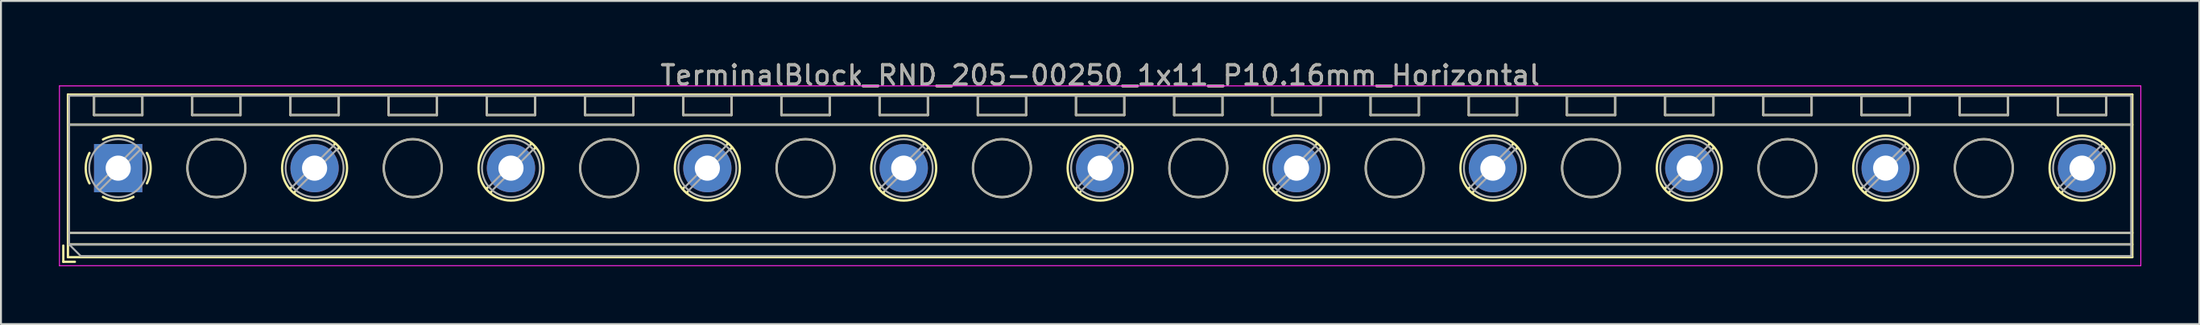
<source format=kicad_pcb>
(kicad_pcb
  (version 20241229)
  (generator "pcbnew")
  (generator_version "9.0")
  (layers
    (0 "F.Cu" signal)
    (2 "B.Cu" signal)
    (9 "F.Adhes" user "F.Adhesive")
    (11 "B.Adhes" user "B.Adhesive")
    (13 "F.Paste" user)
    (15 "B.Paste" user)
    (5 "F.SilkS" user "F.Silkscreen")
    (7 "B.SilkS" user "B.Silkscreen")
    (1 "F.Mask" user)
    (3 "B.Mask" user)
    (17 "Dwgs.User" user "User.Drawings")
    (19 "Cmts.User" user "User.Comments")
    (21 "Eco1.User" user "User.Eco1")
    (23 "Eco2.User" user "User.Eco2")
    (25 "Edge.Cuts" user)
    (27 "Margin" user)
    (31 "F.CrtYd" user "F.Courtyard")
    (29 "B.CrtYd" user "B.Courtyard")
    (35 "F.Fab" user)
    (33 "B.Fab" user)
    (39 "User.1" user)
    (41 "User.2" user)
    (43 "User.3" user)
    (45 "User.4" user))
  (footprint "TerminalBlock_RND_205-00250_1x11_P10.16mm_Horizontal"
    (layer "F.Cu")
    (at 3.065 5.658)
    (property "Reference" "TerminalBlock_RND_205-00250_1x11_P10.16mm_Horizontal" (at 50.8 -4.81 0) (layer "F.SilkS") (effects (font (size 1 1) (thickness 0.15))))
    (attr through_hole)
    (fp_line (start -2.84 4.01) (end -2.84 4.85) (stroke (width 0.12) (type solid)) (layer "F.SilkS"))
    (fp_line (start -2.84 4.85) (end -2.24 4.85) (stroke (width 0.12) (type solid)) (layer "F.SilkS"))
    (fp_line (start -2.6 -3.811) (end -2.6 4.61) (stroke (width 0.12) (type solid)) (layer "F.SilkS"))
    (fp_line (start -2.6 -3.811) (end 104.2 -3.811) (stroke (width 0.12) (type solid)) (layer "F.SilkS"))
    (fp_line (start -2.6 -2.251) (end 104.2 -2.251) (stroke (width 0.12) (type solid)) (layer "F.SilkS"))
    (fp_line (start -2.6 3.35) (end 104.2 3.35) (stroke (width 0.12) (type solid)) (layer "F.SilkS"))
    (fp_line (start -2.6 3.95) (end 104.2 3.95) (stroke (width 0.12) (type solid)) (layer "F.SilkS"))
    (fp_line (start -2.6 4.61) (end 104.2 4.61) (stroke (width 0.12) (type solid)) (layer "F.SilkS"))
    (fp_line (start -1.25 -3.751) (end -1.25 -2.751) (stroke (width 0.12) (type solid)) (layer "F.SilkS"))
    (fp_line (start -1.25 -3.751) (end 1.25 -3.751) (stroke (width 0.12) (type solid)) (layer "F.SilkS"))
    (fp_line (start -1.25 -2.751) (end 1.25 -2.751) (stroke (width 0.12) (type solid)) (layer "F.SilkS"))
    (fp_line (start 1.25 -3.751) (end 1.25 -2.751) (stroke (width 0.12) (type solid)) (layer "F.SilkS"))
    (fp_line (start 3.83 -3.751) (end 3.83 -2.751) (stroke (width 0.12) (type solid)) (layer "F.SilkS"))
    (fp_line (start 3.83 -3.751) (end 6.33 -3.751) (stroke (width 0.12) (type solid)) (layer "F.SilkS"))
    (fp_line (start 3.83 -2.751) (end 6.33 -2.751) (stroke (width 0.12) (type solid)) (layer "F.SilkS"))
    (fp_line (start 6.33 -3.751) (end 6.33 -2.751) (stroke (width 0.12) (type solid)) (layer "F.SilkS"))
    (fp_line (start 8.91 -3.751) (end 8.91 -2.751) (stroke (width 0.12) (type solid)) (layer "F.SilkS"))
    (fp_line (start 8.91 -3.751) (end 11.41 -3.751) (stroke (width 0.12) (type solid)) (layer "F.SilkS"))
    (fp_line (start 8.91 -2.751) (end 11.41 -2.751) (stroke (width 0.12) (type solid)) (layer "F.SilkS"))
    (fp_line (start 8.98 0.976) (end 8.886 1.069) (stroke (width 0.12) (type solid)) (layer "F.SilkS"))
    (fp_line (start 9.15 1.216) (end 9.091 1.274) (stroke (width 0.12) (type solid)) (layer "F.SilkS"))
    (fp_line (start 11.23 -1.275) (end 11.171 -1.216) (stroke (width 0.12) (type solid)) (layer "F.SilkS"))
    (fp_line (start 11.41 -3.751) (end 11.41 -2.751) (stroke (width 0.12) (type solid)) (layer "F.SilkS"))
    (fp_line (start 11.435 -1.069) (end 11.341 -0.976) (stroke (width 0.12) (type solid)) (layer "F.SilkS"))
    (fp_line (start 13.99 -3.751) (end 13.99 -2.751) (stroke (width 0.12) (type solid)) (layer "F.SilkS"))
    (fp_line (start 13.99 -3.751) (end 16.49 -3.751) (stroke (width 0.12) (type solid)) (layer "F.SilkS"))
    (fp_line (start 13.99 -2.751) (end 16.49 -2.751) (stroke (width 0.12) (type solid)) (layer "F.SilkS"))
    (fp_line (start 16.49 -3.751) (end 16.49 -2.751) (stroke (width 0.12) (type solid)) (layer "F.SilkS"))
    (fp_line (start 19.07 -3.751) (end 19.07 -2.751) (stroke (width 0.12) (type solid)) (layer "F.SilkS"))
    (fp_line (start 19.07 -3.751) (end 21.57 -3.751) (stroke (width 0.12) (type solid)) (layer "F.SilkS"))
    (fp_line (start 19.07 -2.751) (end 21.57 -2.751) (stroke (width 0.12) (type solid)) (layer "F.SilkS"))
    (fp_line (start 19.14 0.976) (end 19.046 1.069) (stroke (width 0.12) (type solid)) (layer "F.SilkS"))
    (fp_line (start 19.31 1.216) (end 19.251 1.274) (stroke (width 0.12) (type solid)) (layer "F.SilkS"))
    (fp_line (start 21.39 -1.275) (end 21.331 -1.216) (stroke (width 0.12) (type solid)) (layer "F.SilkS"))
    (fp_line (start 21.57 -3.751) (end 21.57 -2.751) (stroke (width 0.12) (type solid)) (layer "F.SilkS"))
    (fp_line (start 21.595 -1.069) (end 21.501 -0.976) (stroke (width 0.12) (type solid)) (layer "F.SilkS"))
    (fp_line (start 24.15 -3.751) (end 24.15 -2.751) (stroke (width 0.12) (type solid)) (layer "F.SilkS"))
    (fp_line (start 24.15 -3.751) (end 26.65 -3.751) (stroke (width 0.12) (type solid)) (layer "F.SilkS"))
    (fp_line (start 24.15 -2.751) (end 26.65 -2.751) (stroke (width 0.12) (type solid)) (layer "F.SilkS"))
    (fp_line (start 26.65 -3.751) (end 26.65 -2.751) (stroke (width 0.12) (type solid)) (layer "F.SilkS"))
    (fp_line (start 29.23 -3.751) (end 29.23 -2.751) (stroke (width 0.12) (type solid)) (layer "F.SilkS"))
    (fp_line (start 29.23 -3.751) (end 31.73 -3.751) (stroke (width 0.12) (type solid)) (layer "F.SilkS"))
    (fp_line (start 29.23 -2.751) (end 31.73 -2.751) (stroke (width 0.12) (type solid)) (layer "F.SilkS"))
    (fp_line (start 29.3 0.976) (end 29.206 1.069) (stroke (width 0.12) (type solid)) (layer "F.SilkS"))
    (fp_line (start 29.47 1.216) (end 29.411 1.274) (stroke (width 0.12) (type solid)) (layer "F.SilkS"))
    (fp_line (start 31.55 -1.275) (end 31.491 -1.216) (stroke (width 0.12) (type solid)) (layer "F.SilkS"))
    (fp_line (start 31.73 -3.751) (end 31.73 -2.751) (stroke (width 0.12) (type solid)) (layer "F.SilkS"))
    (fp_line (start 31.755 -1.069) (end 31.661 -0.976) (stroke (width 0.12) (type solid)) (layer "F.SilkS"))
    (fp_line (start 34.31 -3.751) (end 34.31 -2.751) (stroke (width 0.12) (type solid)) (layer "F.SilkS"))
    (fp_line (start 34.31 -3.751) (end 36.81 -3.751) (stroke (width 0.12) (type solid)) (layer "F.SilkS"))
    (fp_line (start 34.31 -2.751) (end 36.81 -2.751) (stroke (width 0.12) (type solid)) (layer "F.SilkS"))
    (fp_line (start 36.81 -3.751) (end 36.81 -2.751) (stroke (width 0.12) (type solid)) (layer "F.SilkS"))
    (fp_line (start 39.39 -3.751) (end 39.39 -2.751) (stroke (width 0.12) (type solid)) (layer "F.SilkS"))
    (fp_line (start 39.39 -3.751) (end 41.89 -3.751) (stroke (width 0.12) (type solid)) (layer "F.SilkS"))
    (fp_line (start 39.39 -2.751) (end 41.89 -2.751) (stroke (width 0.12) (type solid)) (layer "F.SilkS"))
    (fp_line (start 39.46 0.976) (end 39.366 1.069) (stroke (width 0.12) (type solid)) (layer "F.SilkS"))
    (fp_line (start 39.63 1.216) (end 39.571 1.274) (stroke (width 0.12) (type solid)) (layer "F.SilkS"))
    (fp_line (start 41.71 -1.275) (end 41.651 -1.216) (stroke (width 0.12) (type solid)) (layer "F.SilkS"))
    (fp_line (start 41.89 -3.751) (end 41.89 -2.751) (stroke (width 0.12) (type solid)) (layer "F.SilkS"))
    (fp_line (start 41.915 -1.069) (end 41.821 -0.976) (stroke (width 0.12) (type solid)) (layer "F.SilkS"))
    (fp_line (start 44.47 -3.751) (end 44.47 -2.751) (stroke (width 0.12) (type solid)) (layer "F.SilkS"))
    (fp_line (start 44.47 -3.751) (end 46.97 -3.751) (stroke (width 0.12) (type solid)) (layer "F.SilkS"))
    (fp_line (start 44.47 -2.751) (end 46.97 -2.751) (stroke (width 0.12) (type solid)) (layer "F.SilkS"))
    (fp_line (start 46.97 -3.751) (end 46.97 -2.751) (stroke (width 0.12) (type solid)) (layer "F.SilkS"))
    (fp_line (start 49.55 -3.751) (end 49.55 -2.751) (stroke (width 0.12) (type solid)) (layer "F.SilkS"))
    (fp_line (start 49.55 -3.751) (end 52.05 -3.751) (stroke (width 0.12) (type solid)) (layer "F.SilkS"))
    (fp_line (start 49.55 -2.751) (end 52.05 -2.751) (stroke (width 0.12) (type solid)) (layer "F.SilkS"))
    (fp_line (start 49.62 0.976) (end 49.526 1.069) (stroke (width 0.12) (type solid)) (layer "F.SilkS"))
    (fp_line (start 49.79 1.216) (end 49.731 1.274) (stroke (width 0.12) (type solid)) (layer "F.SilkS"))
    (fp_line (start 51.87 -1.275) (end 51.811 -1.216) (stroke (width 0.12) (type solid)) (layer "F.SilkS"))
    (fp_line (start 52.05 -3.751) (end 52.05 -2.751) (stroke (width 0.12) (type solid)) (layer "F.SilkS"))
    (fp_line (start 52.075 -1.069) (end 51.981 -0.976) (stroke (width 0.12) (type solid)) (layer "F.SilkS"))
    (fp_line (start 54.63 -3.751) (end 54.63 -2.751) (stroke (width 0.12) (type solid)) (layer "F.SilkS"))
    (fp_line (start 54.63 -3.751) (end 57.13 -3.751) (stroke (width 0.12) (type solid)) (layer "F.SilkS"))
    (fp_line (start 54.63 -2.751) (end 57.13 -2.751) (stroke (width 0.12) (type solid)) (layer "F.SilkS"))
    (fp_line (start 57.13 -3.751) (end 57.13 -2.751) (stroke (width 0.12) (type solid)) (layer "F.SilkS"))
    (fp_line (start 59.71 -3.751) (end 59.71 -2.751) (stroke (width 0.12) (type solid)) (layer "F.SilkS"))
    (fp_line (start 59.71 -3.751) (end 62.21 -3.751) (stroke (width 0.12) (type solid)) (layer "F.SilkS"))
    (fp_line (start 59.71 -2.751) (end 62.21 -2.751) (stroke (width 0.12) (type solid)) (layer "F.SilkS"))
    (fp_line (start 59.78 0.976) (end 59.686 1.069) (stroke (width 0.12) (type solid)) (layer "F.SilkS"))
    (fp_line (start 59.95 1.216) (end 59.891 1.274) (stroke (width 0.12) (type solid)) (layer "F.SilkS"))
    (fp_line (start 62.03 -1.275) (end 61.971 -1.216) (stroke (width 0.12) (type solid)) (layer "F.SilkS"))
    (fp_line (start 62.21 -3.751) (end 62.21 -2.751) (stroke (width 0.12) (type solid)) (layer "F.SilkS"))
    (fp_line (start 62.235 -1.069) (end 62.141 -0.976) (stroke (width 0.12) (type solid)) (layer "F.SilkS"))
    (fp_line (start 64.791 -3.751) (end 64.791 -2.751) (stroke (width 0.12) (type solid)) (layer "F.SilkS"))
    (fp_line (start 64.791 -3.751) (end 67.29 -3.751) (stroke (width 0.12) (type solid)) (layer "F.SilkS"))
    (fp_line (start 64.791 -2.751) (end 67.29 -2.751) (stroke (width 0.12) (type solid)) (layer "F.SilkS"))
    (fp_line (start 67.29 -3.751) (end 67.29 -2.751) (stroke (width 0.12) (type solid)) (layer "F.SilkS"))
    (fp_line (start 69.87 -3.751) (end 69.87 -2.751) (stroke (width 0.12) (type solid)) (layer "F.SilkS"))
    (fp_line (start 69.87 -3.751) (end 72.37 -3.751) (stroke (width 0.12) (type solid)) (layer "F.SilkS"))
    (fp_line (start 69.87 -2.751) (end 72.37 -2.751) (stroke (width 0.12) (type solid)) (layer "F.SilkS"))
    (fp_line (start 69.94 0.976) (end 69.846 1.069) (stroke (width 0.12) (type solid)) (layer "F.SilkS"))
    (fp_line (start 70.11 1.216) (end 70.051 1.274) (stroke (width 0.12) (type solid)) (layer "F.SilkS"))
    (fp_line (start 72.19 -1.275) (end 72.131 -1.216) (stroke (width 0.12) (type solid)) (layer "F.SilkS"))
    (fp_line (start 72.37 -3.751) (end 72.37 -2.751) (stroke (width 0.12) (type solid)) (layer "F.SilkS"))
    (fp_line (start 72.395 -1.069) (end 72.301 -0.976) (stroke (width 0.12) (type solid)) (layer "F.SilkS"))
    (fp_line (start 74.95 -3.751) (end 74.95 -2.751) (stroke (width 0.12) (type solid)) (layer "F.SilkS"))
    (fp_line (start 74.95 -3.751) (end 77.45 -3.751) (stroke (width 0.12) (type solid)) (layer "F.SilkS"))
    (fp_line (start 74.95 -2.751) (end 77.45 -2.751) (stroke (width 0.12) (type solid)) (layer "F.SilkS"))
    (fp_line (start 77.45 -3.751) (end 77.45 -2.751) (stroke (width 0.12) (type solid)) (layer "F.SilkS"))
    (fp_line (start 80.03 -3.751) (end 80.03 -2.751) (stroke (width 0.12) (type solid)) (layer "F.SilkS"))
    (fp_line (start 80.03 -3.751) (end 82.53 -3.751) (stroke (width 0.12) (type solid)) (layer "F.SilkS"))
    (fp_line (start 80.03 -2.751) (end 82.53 -2.751) (stroke (width 0.12) (type solid)) (layer "F.SilkS"))
    (fp_line (start 80.1 0.976) (end 80.006 1.069) (stroke (width 0.12) (type solid)) (layer "F.SilkS"))
    (fp_line (start 80.27 1.216) (end 80.211 1.274) (stroke (width 0.12) (type solid)) (layer "F.SilkS"))
    (fp_line (start 82.35 -1.275) (end 82.291 -1.216) (stroke (width 0.12) (type solid)) (layer "F.SilkS"))
    (fp_line (start 82.53 -3.751) (end 82.53 -2.751) (stroke (width 0.12) (type solid)) (layer "F.SilkS"))
    (fp_line (start 82.555 -1.069) (end 82.461 -0.976) (stroke (width 0.12) (type solid)) (layer "F.SilkS"))
    (fp_line (start 85.11 -3.751) (end 85.11 -2.751) (stroke (width 0.12) (type solid)) (layer "F.SilkS"))
    (fp_line (start 85.11 -3.751) (end 87.61 -3.751) (stroke (width 0.12) (type solid)) (layer "F.SilkS"))
    (fp_line (start 85.11 -2.751) (end 87.61 -2.751) (stroke (width 0.12) (type solid)) (layer "F.SilkS"))
    (fp_line (start 87.61 -3.751) (end 87.61 -2.751) (stroke (width 0.12) (type solid)) (layer "F.SilkS"))
    (fp_line (start 90.19 -3.751) (end 90.19 -2.751) (stroke (width 0.12) (type solid)) (layer "F.SilkS"))
    (fp_line (start 90.19 -3.751) (end 92.69 -3.751) (stroke (width 0.12) (type solid)) (layer "F.SilkS"))
    (fp_line (start 90.19 -2.751) (end 92.69 -2.751) (stroke (width 0.12) (type solid)) (layer "F.SilkS"))
    (fp_line (start 90.26 0.976) (end 90.166 1.069) (stroke (width 0.12) (type solid)) (layer "F.SilkS"))
    (fp_line (start 90.43 1.216) (end 90.371 1.274) (stroke (width 0.12) (type solid)) (layer "F.SilkS"))
    (fp_line (start 92.51 -1.275) (end 92.451 -1.216) (stroke (width 0.12) (type solid)) (layer "F.SilkS"))
    (fp_line (start 92.69 -3.751) (end 92.69 -2.751) (stroke (width 0.12) (type solid)) (layer "F.SilkS"))
    (fp_line (start 92.715 -1.069) (end 92.621 -0.976) (stroke (width 0.12) (type solid)) (layer "F.SilkS"))
    (fp_line (start 95.27 -3.751) (end 95.27 -2.751) (stroke (width 0.12) (type solid)) (layer "F.SilkS"))
    (fp_line (start 95.27 -3.751) (end 97.77 -3.751) (stroke (width 0.12) (type solid)) (layer "F.SilkS"))
    (fp_line (start 95.27 -2.751) (end 97.77 -2.751) (stroke (width 0.12) (type solid)) (layer "F.SilkS"))
    (fp_line (start 97.77 -3.751) (end 97.77 -2.751) (stroke (width 0.12) (type solid)) (layer "F.SilkS"))
    (fp_line (start 100.35 -3.751) (end 100.35 -2.751) (stroke (width 0.12) (type solid)) (layer "F.SilkS"))
    (fp_line (start 100.35 -3.751) (end 102.85 -3.751) (stroke (width 0.12) (type solid)) (layer "F.SilkS"))
    (fp_line (start 100.35 -2.751) (end 102.85 -2.751) (stroke (width 0.12) (type solid)) (layer "F.SilkS"))
    (fp_line (start 100.42 0.976) (end 100.326 1.069) (stroke (width 0.12) (type solid)) (layer "F.SilkS"))
    (fp_line (start 100.59 1.216) (end 100.531 1.274) (stroke (width 0.12) (type solid)) (layer "F.SilkS"))
    (fp_line (start 102.67 -1.275) (end 102.611 -1.216) (stroke (width 0.12) (type solid)) (layer "F.SilkS"))
    (fp_line (start 102.85 -3.751) (end 102.85 -2.751) (stroke (width 0.12) (type solid)) (layer "F.SilkS"))
    (fp_line (start 102.875 -1.069) (end 102.781 -0.976) (stroke (width 0.12) (type solid)) (layer "F.SilkS"))
    (fp_line (start 104.2 -3.811) (end 104.2 4.61) (stroke (width 0.12) (type solid)) (layer "F.SilkS"))
    (fp_arc (start -1.483953 0.789089) (mid -1.680708 0.00005) (end -1.484 -0.789) (stroke (width 0.12) (type solid)) (layer "F.SilkS"))
    (fp_arc (start -0.789089 -1.483953) (mid -0.00005 -1.680708) (end 0.789 -1.484) (stroke (width 0.12) (type solid)) (layer "F.SilkS"))
    (fp_arc (start 0.029383 1.68045) (mid -0.392304 1.634281) (end -0.789 1.484) (stroke (width 0.12) (type solid)) (layer "F.SilkS"))
    (fp_arc (start 0.788712 1.483352) (mid 0.406429 1.630097) (end 0 1.68) (stroke (width 0.12) (type solid)) (layer "F.SilkS"))
    (fp_arc (start 1.483953 -0.789089) (mid 1.680708 -0.00005) (end 1.484 0.789) (stroke (width 0.12) (type solid)) (layer "F.SilkS"))
    (fp_circle (center 5.08 0) (end 6.58 0) (stroke (width 0.12) (type solid)) (fill no) (layer "F.SilkS"))
    (fp_circle (center 10.16 0) (end 11.84 0) (stroke (width 0.12) (type solid)) (fill no) (layer "F.SilkS"))
    (fp_circle (center 15.24 0) (end 16.74 0) (stroke (width 0.12) (type solid)) (fill no) (layer "F.SilkS"))
    (fp_circle (center 20.32 0) (end 22 0) (stroke (width 0.12) (type solid)) (fill no) (layer "F.SilkS"))
    (fp_circle (center 25.4 0) (end 26.9 0) (stroke (width 0.12) (type solid)) (fill no) (layer "F.SilkS"))
    (fp_circle (center 30.48 0) (end 32.16 0) (stroke (width 0.12) (type solid)) (fill no) (layer "F.SilkS"))
    (fp_circle (center 35.56 0) (end 37.06 0) (stroke (width 0.12) (type solid)) (fill no) (layer "F.SilkS"))
    (fp_circle (center 40.64 0) (end 42.32 0) (stroke (width 0.12) (type solid)) (fill no) (layer "F.SilkS"))
    (fp_circle (center 45.72 0) (end 47.22 0) (stroke (width 0.12) (type solid)) (fill no) (layer "F.SilkS"))
    (fp_circle (center 50.8 0) (end 52.48 0) (stroke (width 0.12) (type solid)) (fill no) (layer "F.SilkS"))
    (fp_circle (center 55.88 0) (end 57.38 0) (stroke (width 0.12) (type solid)) (fill no) (layer "F.SilkS"))
    (fp_circle (center 60.96 0) (end 62.64 0) (stroke (width 0.12) (type solid)) (fill no) (layer "F.SilkS"))
    (fp_circle (center 66.04 0) (end 67.54 0) (stroke (width 0.12) (type solid)) (fill no) (layer "F.SilkS"))
    (fp_circle (center 71.12 0) (end 72.8 0) (stroke (width 0.12) (type solid)) (fill no) (layer "F.SilkS"))
    (fp_circle (center 76.2 0) (end 77.7 0) (stroke (width 0.12) (type solid)) (fill no) (layer "F.SilkS"))
    (fp_circle (center 81.28 0) (end 82.96 0) (stroke (width 0.12) (type solid)) (fill no) (layer "F.SilkS"))
    (fp_circle (center 86.36 0) (end 87.86 0) (stroke (width 0.12) (type solid)) (fill no) (layer "F.SilkS"))
    (fp_circle (center 91.44 0) (end 93.12 0) (stroke (width 0.12) (type solid)) (fill no) (layer "F.SilkS"))
    (fp_circle (center 96.52 0) (end 98.02 0) (stroke (width 0.12) (type solid)) (fill no) (layer "F.SilkS"))
    (fp_circle (center 101.6 0) (end 103.28 0) (stroke (width 0.12) (type solid)) (fill no) (layer "F.SilkS"))
    (fp_line (start -3.04 -4.26) (end -3.04 5.05) (stroke (width 0.05) (type solid)) (layer "F.CrtYd"))
    (fp_line (start -3.04 5.05) (end 104.64 5.05) (stroke (width 0.05) (type solid)) (layer "F.CrtYd"))
    (fp_line (start 104.64 -4.26) (end -3.04 -4.26) (stroke (width 0.05) (type solid)) (layer "F.CrtYd"))
    (fp_line (start 104.64 5.05) (end 104.64 -4.26) (stroke (width 0.05) (type solid)) (layer "F.CrtYd"))
    (fp_line (start -2.54 -3.75) (end 104.14 -3.75) (stroke (width 0.1) (type solid)) (layer "F.Fab"))
    (fp_line (start -2.54 -2.25) (end 104.14 -2.25) (stroke (width 0.1) (type solid)) (layer "F.Fab"))
    (fp_line (start -2.54 3.35) (end 104.14 3.35) (stroke (width 0.1) (type solid)) (layer "F.Fab"))
    (fp_line (start -2.54 3.95) (end -2.54 -3.75) (stroke (width 0.1) (type solid)) (layer "F.Fab"))
    (fp_line (start -2.54 3.95) (end 104.14 3.95) (stroke (width 0.1) (type solid)) (layer "F.Fab"))
    (fp_line (start -1.94 4.55) (end -2.54 3.95) (stroke (width 0.1) (type solid)) (layer "F.Fab"))
    (fp_line (start -1.25 -3.75) (end -1.25 -2.75) (stroke (width 0.1) (type solid)) (layer "F.Fab"))
    (fp_line (start -1.25 -2.75) (end 1.25 -2.75) (stroke (width 0.1) (type solid)) (layer "F.Fab"))
    (fp_line (start 0.955 -1.138) (end -1.138 0.955) (stroke (width 0.1) (type solid)) (layer "F.Fab"))
    (fp_line (start 1.138 -0.955) (end -0.955 1.138) (stroke (width 0.1) (type solid)) (layer "F.Fab"))
    (fp_line (start 1.25 -3.75) (end -1.25 -3.75) (stroke (width 0.1) (type solid)) (layer "F.Fab"))
    (fp_line (start 1.25 -2.75) (end 1.25 -3.75) (stroke (width 0.1) (type solid)) (layer "F.Fab"))
    (fp_line (start 3.83 -3.75) (end 3.83 -2.75) (stroke (width 0.1) (type solid)) (layer "F.Fab"))
    (fp_line (start 3.83 -2.75) (end 6.33 -2.75) (stroke (width 0.1) (type solid)) (layer "F.Fab"))
    (fp_line (start 6.33 -3.75) (end 3.83 -3.75) (stroke (width 0.1) (type solid)) (layer "F.Fab"))
    (fp_line (start 6.33 -2.75) (end 6.33 -3.75) (stroke (width 0.1) (type solid)) (layer "F.Fab"))
    (fp_line (start 8.91 -3.75) (end 8.91 -2.75) (stroke (width 0.1) (type solid)) (layer "F.Fab"))
    (fp_line (start 8.91 -2.75) (end 11.41 -2.75) (stroke (width 0.1) (type solid)) (layer "F.Fab"))
    (fp_line (start 11.115 -1.138) (end 9.023 0.955) (stroke (width 0.1) (type solid)) (layer "F.Fab"))
    (fp_line (start 11.298 -0.955) (end 9.206 1.138) (stroke (width 0.1) (type solid)) (layer "F.Fab"))
    (fp_line (start 11.41 -3.75) (end 8.91 -3.75) (stroke (width 0.1) (type solid)) (layer "F.Fab"))
    (fp_line (start 11.41 -2.75) (end 11.41 -3.75) (stroke (width 0.1) (type solid)) (layer "F.Fab"))
    (fp_line (start 13.99 -3.75) (end 13.99 -2.75) (stroke (width 0.1) (type solid)) (layer "F.Fab"))
    (fp_line (start 13.99 -2.75) (end 16.49 -2.75) (stroke (width 0.1) (type solid)) (layer "F.Fab"))
    (fp_line (start 16.49 -3.75) (end 13.99 -3.75) (stroke (width 0.1) (type solid)) (layer "F.Fab"))
    (fp_line (start 16.49 -2.75) (end 16.49 -3.75) (stroke (width 0.1) (type solid)) (layer "F.Fab"))
    (fp_line (start 19.07 -3.75) (end 19.07 -2.75) (stroke (width 0.1) (type solid)) (layer "F.Fab"))
    (fp_line (start 19.07 -2.75) (end 21.57 -2.75) (stroke (width 0.1) (type solid)) (layer "F.Fab"))
    (fp_line (start 21.275 -1.138) (end 19.183 0.955) (stroke (width 0.1) (type solid)) (layer "F.Fab"))
    (fp_line (start 21.458 -0.955) (end 19.366 1.138) (stroke (width 0.1) (type solid)) (layer "F.Fab"))
    (fp_line (start 21.57 -3.75) (end 19.07 -3.75) (stroke (width 0.1) (type solid)) (layer "F.Fab"))
    (fp_line (start 21.57 -2.75) (end 21.57 -3.75) (stroke (width 0.1) (type solid)) (layer "F.Fab"))
    (fp_line (start 24.15 -3.75) (end 24.15 -2.75) (stroke (width 0.1) (type solid)) (layer "F.Fab"))
    (fp_line (start 24.15 -2.75) (end 26.65 -2.75) (stroke (width 0.1) (type solid)) (layer "F.Fab"))
    (fp_line (start 26.65 -3.75) (end 24.15 -3.75) (stroke (width 0.1) (type solid)) (layer "F.Fab"))
    (fp_line (start 26.65 -2.75) (end 26.65 -3.75) (stroke (width 0.1) (type solid)) (layer "F.Fab"))
    (fp_line (start 29.23 -3.75) (end 29.23 -2.75) (stroke (width 0.1) (type solid)) (layer "F.Fab"))
    (fp_line (start 29.23 -2.75) (end 31.73 -2.75) (stroke (width 0.1) (type solid)) (layer "F.Fab"))
    (fp_line (start 31.435 -1.138) (end 29.343 0.955) (stroke (width 0.1) (type solid)) (layer "F.Fab"))
    (fp_line (start 31.618 -0.955) (end 29.526 1.138) (stroke (width 0.1) (type solid)) (layer "F.Fab"))
    (fp_line (start 31.73 -3.75) (end 29.23 -3.75) (stroke (width 0.1) (type solid)) (layer "F.Fab"))
    (fp_line (start 31.73 -2.75) (end 31.73 -3.75) (stroke (width 0.1) (type solid)) (layer "F.Fab"))
    (fp_line (start 34.31 -3.75) (end 34.31 -2.75) (stroke (width 0.1) (type solid)) (layer "F.Fab"))
    (fp_line (start 34.31 -2.75) (end 36.81 -2.75) (stroke (width 0.1) (type solid)) (layer "F.Fab"))
    (fp_line (start 36.81 -3.75) (end 34.31 -3.75) (stroke (width 0.1) (type solid)) (layer "F.Fab"))
    (fp_line (start 36.81 -2.75) (end 36.81 -3.75) (stroke (width 0.1) (type solid)) (layer "F.Fab"))
    (fp_line (start 39.39 -3.75) (end 39.39 -2.75) (stroke (width 0.1) (type solid)) (layer "F.Fab"))
    (fp_line (start 39.39 -2.75) (end 41.89 -2.75) (stroke (width 0.1) (type solid)) (layer "F.Fab"))
    (fp_line (start 41.595 -1.138) (end 39.503 0.955) (stroke (width 0.1) (type solid)) (layer "F.Fab"))
    (fp_line (start 41.778 -0.955) (end 39.686 1.138) (stroke (width 0.1) (type solid)) (layer "F.Fab"))
    (fp_line (start 41.89 -3.75) (end 39.39 -3.75) (stroke (width 0.1) (type solid)) (layer "F.Fab"))
    (fp_line (start 41.89 -2.75) (end 41.89 -3.75) (stroke (width 0.1) (type solid)) (layer "F.Fab"))
    (fp_line (start 44.47 -3.75) (end 44.47 -2.75) (stroke (width 0.1) (type solid)) (layer "F.Fab"))
    (fp_line (start 44.47 -2.75) (end 46.97 -2.75) (stroke (width 0.1) (type solid)) (layer "F.Fab"))
    (fp_line (start 46.97 -3.75) (end 44.47 -3.75) (stroke (width 0.1) (type solid)) (layer "F.Fab"))
    (fp_line (start 46.97 -2.75) (end 46.97 -3.75) (stroke (width 0.1) (type solid)) (layer "F.Fab"))
    (fp_line (start 49.55 -3.75) (end 49.55 -2.75) (stroke (width 0.1) (type solid)) (layer "F.Fab"))
    (fp_line (start 49.55 -2.75) (end 52.05 -2.75) (stroke (width 0.1) (type solid)) (layer "F.Fab"))
    (fp_line (start 51.755 -1.138) (end 49.663 0.955) (stroke (width 0.1) (type solid)) (layer "F.Fab"))
    (fp_line (start 51.938 -0.955) (end 49.846 1.138) (stroke (width 0.1) (type solid)) (layer "F.Fab"))
    (fp_line (start 52.05 -3.75) (end 49.55 -3.75) (stroke (width 0.1) (type solid)) (layer "F.Fab"))
    (fp_line (start 52.05 -2.75) (end 52.05 -3.75) (stroke (width 0.1) (type solid)) (layer "F.Fab"))
    (fp_line (start 54.63 -3.75) (end 54.63 -2.75) (stroke (width 0.1) (type solid)) (layer "F.Fab"))
    (fp_line (start 54.63 -2.75) (end 57.13 -2.75) (stroke (width 0.1) (type solid)) (layer "F.Fab"))
    (fp_line (start 57.13 -3.75) (end 54.63 -3.75) (stroke (width 0.1) (type solid)) (layer "F.Fab"))
    (fp_line (start 57.13 -2.75) (end 57.13 -3.75) (stroke (width 0.1) (type solid)) (layer "F.Fab"))
    (fp_line (start 59.71 -3.75) (end 59.71 -2.75) (stroke (width 0.1) (type solid)) (layer "F.Fab"))
    (fp_line (start 59.71 -2.75) (end 62.21 -2.75) (stroke (width 0.1) (type solid)) (layer "F.Fab"))
    (fp_line (start 61.915 -1.138) (end 59.823 0.955) (stroke (width 0.1) (type solid)) (layer "F.Fab"))
    (fp_line (start 62.098 -0.955) (end 60.006 1.138) (stroke (width 0.1) (type solid)) (layer "F.Fab"))
    (fp_line (start 62.21 -3.75) (end 59.71 -3.75) (stroke (width 0.1) (type solid)) (layer "F.Fab"))
    (fp_line (start 62.21 -2.75) (end 62.21 -3.75) (stroke (width 0.1) (type solid)) (layer "F.Fab"))
    (fp_line (start 64.79 -3.75) (end 64.79 -2.75) (stroke (width 0.1) (type solid)) (layer "F.Fab"))
    (fp_line (start 64.79 -2.75) (end 67.29 -2.75) (stroke (width 0.1) (type solid)) (layer "F.Fab"))
    (fp_line (start 67.29 -3.75) (end 64.79 -3.75) (stroke (width 0.1) (type solid)) (layer "F.Fab"))
    (fp_line (start 67.29 -2.75) (end 67.29 -3.75) (stroke (width 0.1) (type solid)) (layer "F.Fab"))
    (fp_line (start 69.87 -3.75) (end 69.87 -2.75) (stroke (width 0.1) (type solid)) (layer "F.Fab"))
    (fp_line (start 69.87 -2.75) (end 72.37 -2.75) (stroke (width 0.1) (type solid)) (layer "F.Fab"))
    (fp_line (start 72.075 -1.138) (end 69.983 0.955) (stroke (width 0.1) (type solid)) (layer "F.Fab"))
    (fp_line (start 72.258 -0.955) (end 70.166 1.138) (stroke (width 0.1) (type solid)) (layer "F.Fab"))
    (fp_line (start 72.37 -3.75) (end 69.87 -3.75) (stroke (width 0.1) (type solid)) (layer "F.Fab"))
    (fp_line (start 72.37 -2.75) (end 72.37 -3.75) (stroke (width 0.1) (type solid)) (layer "F.Fab"))
    (fp_line (start 74.95 -3.75) (end 74.95 -2.75) (stroke (width 0.1) (type solid)) (layer "F.Fab"))
    (fp_line (start 74.95 -2.75) (end 77.45 -2.75) (stroke (width 0.1) (type solid)) (layer "F.Fab"))
    (fp_line (start 77.45 -3.75) (end 74.95 -3.75) (stroke (width 0.1) (type solid)) (layer "F.Fab"))
    (fp_line (start 77.45 -2.75) (end 77.45 -3.75) (stroke (width 0.1) (type solid)) (layer "F.Fab"))
    (fp_line (start 80.03 -3.75) (end 80.03 -2.75) (stroke (width 0.1) (type solid)) (layer "F.Fab"))
    (fp_line (start 80.03 -2.75) (end 82.53 -2.75) (stroke (width 0.1) (type solid)) (layer "F.Fab"))
    (fp_line (start 82.235 -1.138) (end 80.143 0.955) (stroke (width 0.1) (type solid)) (layer "F.Fab"))
    (fp_line (start 82.418 -0.955) (end 80.326 1.138) (stroke (width 0.1) (type solid)) (layer "F.Fab"))
    (fp_line (start 82.53 -3.75) (end 80.03 -3.75) (stroke (width 0.1) (type solid)) (layer "F.Fab"))
    (fp_line (start 82.53 -2.75) (end 82.53 -3.75) (stroke (width 0.1) (type solid)) (layer "F.Fab"))
    (fp_line (start 85.11 -3.75) (end 85.11 -2.75) (stroke (width 0.1) (type solid)) (layer "F.Fab"))
    (fp_line (start 85.11 -2.75) (end 87.61 -2.75) (stroke (width 0.1) (type solid)) (layer "F.Fab"))
    (fp_line (start 87.61 -3.75) (end 85.11 -3.75) (stroke (width 0.1) (type solid)) (layer "F.Fab"))
    (fp_line (start 87.61 -2.75) (end 87.61 -3.75) (stroke (width 0.1) (type solid)) (layer "F.Fab"))
    (fp_line (start 90.19 -3.75) (end 90.19 -2.75) (stroke (width 0.1) (type solid)) (layer "F.Fab"))
    (fp_line (start 90.19 -2.75) (end 92.69 -2.75) (stroke (width 0.1) (type solid)) (layer "F.Fab"))
    (fp_line (start 92.395 -1.138) (end 90.303 0.955) (stroke (width 0.1) (type solid)) (layer "F.Fab"))
    (fp_line (start 92.578 -0.955) (end 90.486 1.138) (stroke (width 0.1) (type solid)) (layer "F.Fab"))
    (fp_line (start 92.69 -3.75) (end 90.19 -3.75) (stroke (width 0.1) (type solid)) (layer "F.Fab"))
    (fp_line (start 92.69 -2.75) (end 92.69 -3.75) (stroke (width 0.1) (type solid)) (layer "F.Fab"))
    (fp_line (start 95.27 -3.75) (end 95.27 -2.75) (stroke (width 0.1) (type solid)) (layer "F.Fab"))
    (fp_line (start 95.27 -2.75) (end 97.77 -2.75) (stroke (width 0.1) (type solid)) (layer "F.Fab"))
    (fp_line (start 97.77 -3.75) (end 95.27 -3.75) (stroke (width 0.1) (type solid)) (layer "F.Fab"))
    (fp_line (start 97.77 -2.75) (end 97.77 -3.75) (stroke (width 0.1) (type solid)) (layer "F.Fab"))
    (fp_line (start 100.35 -3.75) (end 100.35 -2.75) (stroke (width 0.1) (type solid)) (layer "F.Fab"))
    (fp_line (start 100.35 -2.75) (end 102.85 -2.75) (stroke (width 0.1) (type solid)) (layer "F.Fab"))
    (fp_line (start 102.555 -1.138) (end 100.463 0.955) (stroke (width 0.1) (type solid)) (layer "F.Fab"))
    (fp_line (start 102.738 -0.955) (end 100.646 1.138) (stroke (width 0.1) (type solid)) (layer "F.Fab"))
    (fp_line (start 102.85 -3.75) (end 100.35 -3.75) (stroke (width 0.1) (type solid)) (layer "F.Fab"))
    (fp_line (start 102.85 -2.75) (end 102.85 -3.75) (stroke (width 0.1) (type solid)) (layer "F.Fab"))
    (fp_line (start 104.14 -3.75) (end 104.14 4.55) (stroke (width 0.1) (type solid)) (layer "F.Fab"))
    (fp_line (start 104.14 4.55) (end -1.94 4.55) (stroke (width 0.1) (type solid)) (layer "F.Fab"))
    (fp_circle (center 0 0) (end 1.5 0) (stroke (width 0.1) (type solid)) (fill no) (layer "F.Fab"))
    (fp_circle (center 5.08 0) (end 6.58 0) (stroke (width 0.1) (type solid)) (fill no) (layer "F.Fab"))
    (fp_circle (center 10.16 0) (end 11.66 0) (stroke (width 0.1) (type solid)) (fill no) (layer "F.Fab"))
    (fp_circle (center 15.24 0) (end 16.74 0) (stroke (width 0.1) (type solid)) (fill no) (layer "F.Fab"))
    (fp_circle (center 20.32 0) (end 21.82 0) (stroke (width 0.1) (type solid)) (fill no) (layer "F.Fab"))
    (fp_circle (center 25.4 0) (end 26.9 0) (stroke (width 0.1) (type solid)) (fill no) (layer "F.Fab"))
    (fp_circle (center 30.48 0) (end 31.98 0) (stroke (width 0.1) (type solid)) (fill no) (layer "F.Fab"))
    (fp_circle (center 35.56 0) (end 37.06 0) (stroke (width 0.1) (type solid)) (fill no) (layer "F.Fab"))
    (fp_circle (center 40.64 0) (end 42.14 0) (stroke (width 0.1) (type solid)) (fill no) (layer "F.Fab"))
    (fp_circle (center 45.72 0) (end 47.22 0) (stroke (width 0.1) (type solid)) (fill no) (layer "F.Fab"))
    (fp_circle (center 50.8 0) (end 52.3 0) (stroke (width 0.1) (type solid)) (fill no) (layer "F.Fab"))
    (fp_circle (center 55.88 0) (end 57.38 0) (stroke (width 0.1) (type solid)) (fill no) (layer "F.Fab"))
    (fp_circle (center 60.96 0) (end 62.46 0) (stroke (width 0.1) (type solid)) (fill no) (layer "F.Fab"))
    (fp_circle (center 66.04 0) (end 67.54 0) (stroke (width 0.1) (type solid)) (fill no) (layer "F.Fab"))
    (fp_circle (center 71.12 0) (end 72.62 0) (stroke (width 0.1) (type solid)) (fill no) (layer "F.Fab"))
    (fp_circle (center 76.2 0) (end 77.7 0) (stroke (width 0.1) (type solid)) (fill no) (layer "F.Fab"))
    (fp_circle (center 81.28 0) (end 82.78 0) (stroke (width 0.1) (type solid)) (fill no) (layer "F.Fab"))
    (fp_circle (center 86.36 0) (end 87.86 0) (stroke (width 0.1) (type solid)) (fill no) (layer "F.Fab"))
    (fp_circle (center 91.44 0) (end 92.94 0) (stroke (width 0.1) (type solid)) (fill no) (layer "F.Fab"))
    (fp_circle (center 96.52 0) (end 98.02 0) (stroke (width 0.1) (type solid)) (fill no) (layer "F.Fab"))
    (fp_circle (center 101.6 0) (end 103.1 0) (stroke (width 0.1) (type solid)) (fill no) (layer "F.Fab"))
    (fp_text user "${REFERENCE}" (at 50.8 -4.81 0) (layer "F.Fab") (effects (font (size 1 1) (thickness 0.15))))
    (pad "1" thru_hole rect (at 0 0) (size 2.5 2.5) (drill 1.3) (layers "*.Cu" "*.Mask"))
    (pad "2" thru_hole circle (at 10.16 0) (size 2.5 2.5) (drill 1.3) (layers "*.Cu" "*.Mask"))
    (pad "3" thru_hole circle (at 20.32 0) (size 2.5 2.5) (drill 1.3) (layers "*.Cu" "*.Mask"))
    (pad "4" thru_hole circle (at 30.48 0) (size 2.5 2.5) (drill 1.3) (layers "*.Cu" "*.Mask"))
    (pad "5" thru_hole circle (at 40.64 0) (size 2.5 2.5) (drill 1.3) (layers "*.Cu" "*.Mask"))
    (pad "6" thru_hole circle (at 50.8 0) (size 2.5 2.5) (drill 1.3) (layers "*.Cu" "*.Mask"))
    (pad "7" thru_hole circle (at 60.96 0) (size 2.5 2.5) (drill 1.3) (layers "*.Cu" "*.Mask"))
    (pad "8" thru_hole circle (at 71.12 0) (size 2.5 2.5) (drill 1.3) (layers "*.Cu" "*.Mask"))
    (pad "9" thru_hole circle (at 81.28 0) (size 2.5 2.5) (drill 1.3) (layers "*.Cu" "*.Mask"))
    (pad "10" thru_hole circle (at 91.44 0) (size 2.5 2.5) (drill 1.3) (layers "*.Cu" "*.Mask"))
    (pad "11" thru_hole circle (at 101.6 0) (size 2.5 2.5) (drill 1.3) (layers "*.Cu" "*.Mask")))
  (gr_rect
    (start -3 -3)
    (end 110.73 13.733)
    (stroke (width 0.1) (type default))
    (fill no)
    (layer "Edge.Cuts")))
</source>
